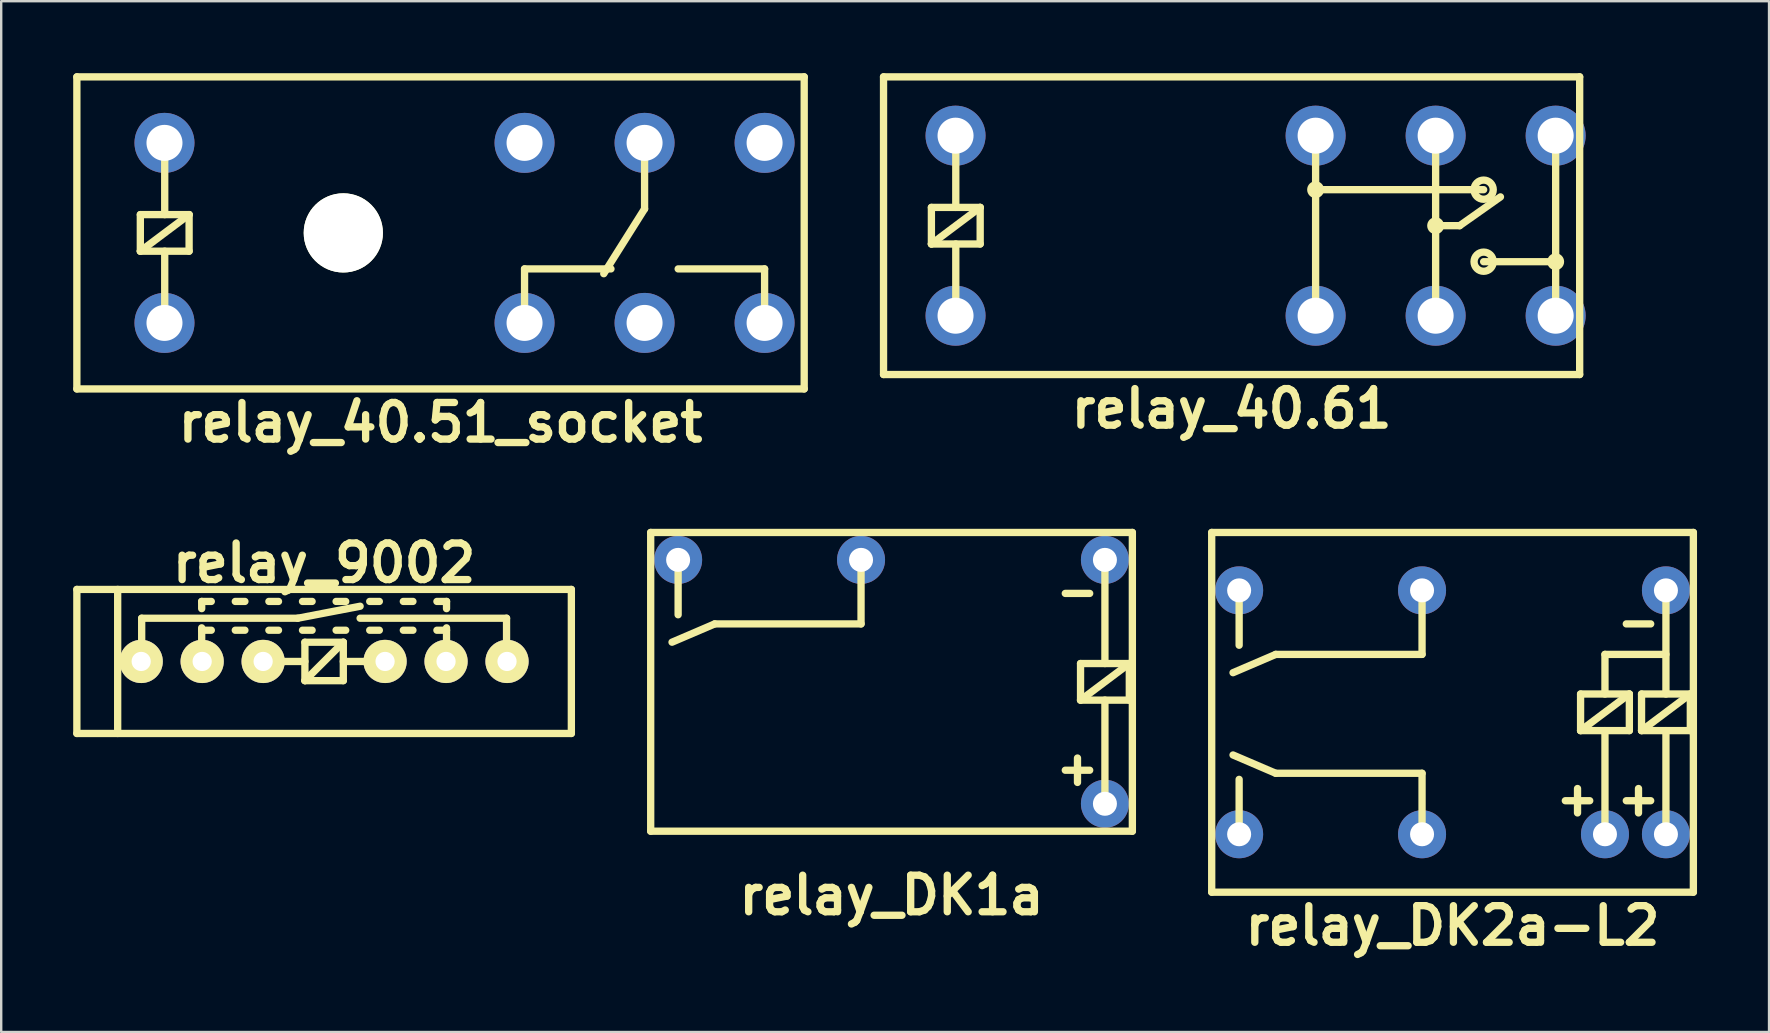
<source format=kicad_pcb>
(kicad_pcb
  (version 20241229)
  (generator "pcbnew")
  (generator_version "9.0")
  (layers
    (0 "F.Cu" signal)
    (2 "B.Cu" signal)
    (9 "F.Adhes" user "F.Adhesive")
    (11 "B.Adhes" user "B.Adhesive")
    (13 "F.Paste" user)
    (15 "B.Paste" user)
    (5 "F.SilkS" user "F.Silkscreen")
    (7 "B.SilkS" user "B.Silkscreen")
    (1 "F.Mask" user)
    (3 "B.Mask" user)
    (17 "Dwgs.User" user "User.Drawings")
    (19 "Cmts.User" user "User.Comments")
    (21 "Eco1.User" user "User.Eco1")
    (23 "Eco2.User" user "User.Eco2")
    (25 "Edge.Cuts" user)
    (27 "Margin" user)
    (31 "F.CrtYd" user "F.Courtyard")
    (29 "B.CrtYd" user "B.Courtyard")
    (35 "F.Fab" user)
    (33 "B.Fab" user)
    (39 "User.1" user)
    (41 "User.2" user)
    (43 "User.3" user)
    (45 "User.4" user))
  (footprint "relay_40.61"
    (layer "F.Cu")
    (at 48.257 6.352)
    (property "Reference" "relay_40.61" (at 0 7.62 0) (layer "F.SilkS") (effects (font (size 1.524 1.524) (thickness 0.305))))
    (attr through_hole)
    (fp_line (start -14.5 -6.2) (end -14.5 6.2) (stroke (width 0.305) (type solid)) (layer "F.SilkS"))
    (fp_line (start -14.5 -6.2) (end 14.5 -6.2) (stroke (width 0.305) (type solid)) (layer "F.SilkS"))
    (fp_line (start -14.5 6.2) (end 14.5 6.2) (stroke (width 0.305) (type solid)) (layer "F.SilkS"))
    (fp_line (start -12.506 -0.762) (end -10.474 -0.762) (stroke (width 0.305) (type solid)) (layer "F.SilkS"))
    (fp_line (start -12.506 0.762) (end -12.506 -0.762) (stroke (width 0.305) (type solid)) (layer "F.SilkS"))
    (fp_line (start -12.506 0.762) (end -10.474 -0.762) (stroke (width 0.305) (type solid)) (layer "F.SilkS"))
    (fp_line (start -11.49 -3.81) (end -11.49 -0.762) (stroke (width 0.305) (type solid)) (layer "F.SilkS"))
    (fp_line (start -11.49 3.81) (end -11.49 0.762) (stroke (width 0.305) (type solid)) (layer "F.SilkS"))
    (fp_line (start -10.474 -0.762) (end -10.474 0.762) (stroke (width 0.305) (type solid)) (layer "F.SilkS"))
    (fp_line (start -10.474 0.762) (end -12.506 0.762) (stroke (width 0.305) (type solid)) (layer "F.SilkS"))
    (fp_line (start 3.5 -3.7) (end 3.5 3.7) (stroke (width 0.305) (type solid)) (layer "F.SilkS"))
    (fp_line (start 3.5 -1.5) (end 10.5 -1.5) (stroke (width 0.305) (type solid)) (layer "F.SilkS"))
    (fp_line (start 8.5 -3.7) (end 8.5 -1.4) (stroke (width 0.305) (type solid)) (layer "F.SilkS"))
    (fp_line (start 8.5 0) (end 9.5 0) (stroke (width 0.305) (type solid)) (layer "F.SilkS"))
    (fp_line (start 8.5 3.7) (end 8.5 -1.4) (stroke (width 0.305) (type solid)) (layer "F.SilkS"))
    (fp_line (start 9.5 0) (end 11.2 -1.2) (stroke (width 0.305) (type solid)) (layer "F.SilkS"))
    (fp_line (start 10.5 1.5) (end 13.5 1.5) (stroke (width 0.305) (type solid)) (layer "F.SilkS"))
    (fp_line (start 13.5 -3.7) (end 13.5 3.7) (stroke (width 0.305) (type solid)) (layer "F.SilkS"))
    (fp_line (start 14.5 -6.2) (end 14.5 6.2) (stroke (width 0.305) (type solid)) (layer "F.SilkS"))
    (fp_circle (center 3.5 -1.5) (end 3.3 -1.5) (stroke (width 0.305) (type solid)) (fill no) (layer "F.SilkS"))
    (fp_circle (center 8.5 0) (end 8.7 0) (stroke (width 0.305) (type solid)) (fill no) (layer "F.SilkS"))
    (fp_circle (center 10.5 -1.5) (end 10.1 -1.5) (stroke (width 0.305) (type solid)) (fill no) (layer "F.SilkS"))
    (fp_circle (center 10.5 1.5) (end 10.1 1.5) (stroke (width 0.305) (type solid)) (fill no) (layer "F.SilkS"))
    (fp_circle (center 13.5 1.5) (end 13.7 1.5) (stroke (width 0.305) (type solid)) (fill no) (layer "F.SilkS"))
    (pad "1" thru_hole circle (at -11.5 3.75) (size 2.5 2.5) (drill 1.5) (layers "*.Cu" "*.Mask"))
    (pad "2" thru_hole circle (at -11.5 -3.75) (size 2.5 2.5) (drill 1.5) (layers "*.Cu" "*.Mask"))
    (pad "11" thru_hole circle (at 8.5 3.75) (size 2.5 2.5) (drill 1.5) (layers "*.Cu" "*.Mask"))
    (pad "12" thru_hole circle (at 3.5 3.75) (size 2.5 2.5) (drill 1.5) (layers "*.Cu" "*.Mask"))
    (pad "14" thru_hole circle (at 13.5 3.75) (size 2.5 2.5) (drill 1.5) (layers "*.Cu" "*.Mask"))
    (pad "21" thru_hole circle (at 8.5 -3.75) (size 2.5 2.5) (drill 1.5) (layers "*.Cu" "*.Mask"))
    (pad "22" thru_hole circle (at 3.5 -3.75) (size 2.5 2.5) (drill 1.5) (layers "*.Cu" "*.Mask"))
    (pad "24" thru_hole circle (at 13.5 -3.75) (size 2.5 2.5) (drill 1.5) (layers "*.Cu" "*.Mask")))
  (footprint "relay_DK1a"
    (layer "F.Cu")
    (at 34.09 25.354)
    (property "Reference" "relay_DK1a" (at 0 8.89 0) (layer "F.SilkS") (effects (font (size 1.524 1.524) (thickness 0.305))))
    (attr through_hole)
    (fp_line (start -10.033 6.223) (end -10.033 -6.223) (stroke (width 0.305) (type solid)) (layer "F.SilkS"))
    (fp_line (start -10.033 6.223) (end 10.033 6.223) (stroke (width 0.305) (type solid)) (layer "F.SilkS"))
    (fp_line (start -8.89 -5.08) (end -8.89 -2.794) (stroke (width 0.305) (type solid)) (layer "F.SilkS"))
    (fp_line (start -7.366 -2.413) (end -9.144 -1.651) (stroke (width 0.305) (type solid)) (layer "F.SilkS"))
    (fp_line (start -1.27 -4.953) (end -1.27 -2.413) (stroke (width 0.305) (type solid)) (layer "F.SilkS"))
    (fp_line (start -1.27 -2.413) (end -7.366 -2.413) (stroke (width 0.305) (type solid)) (layer "F.SilkS"))
    (fp_line (start 7.239 -3.683) (end 8.255 -3.683) (stroke (width 0.305) (type solid)) (layer "F.SilkS"))
    (fp_line (start 7.239 3.683) (end 8.255 3.683) (stroke (width 0.305) (type solid)) (layer "F.SilkS"))
    (fp_line (start 7.747 3.175) (end 7.747 4.191) (stroke (width 0.305) (type solid)) (layer "F.SilkS"))
    (fp_line (start 7.874 -0.762) (end 9.906 -0.762) (stroke (width 0.305) (type solid)) (layer "F.SilkS"))
    (fp_line (start 7.874 0.762) (end 7.874 -0.762) (stroke (width 0.305) (type solid)) (layer "F.SilkS"))
    (fp_line (start 8.89 -0.762) (end 8.89 -5.08) (stroke (width 0.305) (type solid)) (layer "F.SilkS"))
    (fp_line (start 8.89 5.08) (end 8.89 0.762) (stroke (width 0.305) (type solid)) (layer "F.SilkS"))
    (fp_line (start 9.906 -0.762) (end 7.874 0.762) (stroke (width 0.305) (type solid)) (layer "F.SilkS"))
    (fp_line (start 9.906 -0.762) (end 9.906 0.762) (stroke (width 0.305) (type solid)) (layer "F.SilkS"))
    (fp_line (start 9.906 0.762) (end 7.874 0.762) (stroke (width 0.305) (type solid)) (layer "F.SilkS"))
    (fp_line (start 10.033 -6.223) (end -10.033 -6.223) (stroke (width 0.305) (type solid)) (layer "F.SilkS"))
    (fp_line (start 10.033 -6.223) (end 10.033 6.223) (stroke (width 0.305) (type solid)) (layer "F.SilkS"))
    (pad "1" thru_hole circle (at 8.89 -5.08 180) (size 2 2) (drill 1) (layers "*.Cu" "*.Mask"))
    (pad "3" thru_hole circle (at -1.27 -5.08 180) (size 2 2) (drill 1) (layers "*.Cu" "*.Mask"))
    (pad "4" thru_hole circle (at -8.89 -5.08 180) (size 2 2) (drill 1) (layers "*.Cu" "*.Mask"))
    (pad "6" thru_hole circle (at 8.89 5.08 180) (size 2 2) (drill 1) (layers "*.Cu" "*.Mask")))
  (footprint "relay_DK2a-L2"
    (layer "F.Cu")
    (at 57.461 26.624)
    (property "Reference" "relay_DK2a-L2" (at 0 8.89 0) (layer "F.SilkS") (effects (font (size 1.524 1.524) (thickness 0.305))))
    (attr through_hole)
    (fp_line (start -10.033 -7.493) (end -10.033 7.493) (stroke (width 0.305) (type solid)) (layer "F.SilkS"))
    (fp_line (start -10.033 7.493) (end 10.033 7.493) (stroke (width 0.305) (type solid)) (layer "F.SilkS"))
    (fp_line (start -8.89 -5.08) (end -8.89 -2.794) (stroke (width 0.305) (type solid)) (layer "F.SilkS"))
    (fp_line (start -8.89 2.794) (end -8.89 5.08) (stroke (width 0.305) (type solid)) (layer "F.SilkS"))
    (fp_line (start -7.366 -2.413) (end -9.144 -1.651) (stroke (width 0.305) (type solid)) (layer "F.SilkS"))
    (fp_line (start -7.366 2.54) (end -9.144 1.778) (stroke (width 0.305) (type solid)) (layer "F.SilkS"))
    (fp_line (start -1.27 -4.953) (end -1.27 -2.413) (stroke (width 0.305) (type solid)) (layer "F.SilkS"))
    (fp_line (start -1.27 -2.413) (end -7.366 -2.413) (stroke (width 0.305) (type solid)) (layer "F.SilkS"))
    (fp_line (start -1.27 2.54) (end -7.366 2.54) (stroke (width 0.305) (type solid)) (layer "F.SilkS"))
    (fp_line (start -1.27 2.54) (end -1.27 5.08) (stroke (width 0.305) (type solid)) (layer "F.SilkS"))
    (fp_line (start 4.699 3.683) (end 5.715 3.683) (stroke (width 0.305) (type solid)) (layer "F.SilkS"))
    (fp_line (start 5.207 3.175) (end 5.207 4.191) (stroke (width 0.305) (type solid)) (layer "F.SilkS"))
    (fp_line (start 5.334 -0.762) (end 7.366 -0.762) (stroke (width 0.305) (type solid)) (layer "F.SilkS"))
    (fp_line (start 5.334 0.762) (end 5.334 -0.762) (stroke (width 0.305) (type solid)) (layer "F.SilkS"))
    (fp_line (start 6.35 -2.413) (end 8.89 -2.413) (stroke (width 0.305) (type solid)) (layer "F.SilkS"))
    (fp_line (start 6.35 -0.762) (end 6.35 -2.413) (stroke (width 0.305) (type solid)) (layer "F.SilkS"))
    (fp_line (start 6.35 5.08) (end 6.35 0.762) (stroke (width 0.305) (type solid)) (layer "F.SilkS"))
    (fp_line (start 7.239 -3.683) (end 8.255 -3.683) (stroke (width 0.305) (type solid)) (layer "F.SilkS"))
    (fp_line (start 7.239 3.683) (end 8.255 3.683) (stroke (width 0.305) (type solid)) (layer "F.SilkS"))
    (fp_line (start 7.366 -0.762) (end 5.334 0.762) (stroke (width 0.305) (type solid)) (layer "F.SilkS"))
    (fp_line (start 7.366 -0.762) (end 7.366 0.762) (stroke (width 0.305) (type solid)) (layer "F.SilkS"))
    (fp_line (start 7.366 0.762) (end 5.334 0.762) (stroke (width 0.305) (type solid)) (layer "F.SilkS"))
    (fp_line (start 7.747 3.175) (end 7.747 4.191) (stroke (width 0.305) (type solid)) (layer "F.SilkS"))
    (fp_line (start 7.874 -0.762) (end 9.906 -0.762) (stroke (width 0.305) (type solid)) (layer "F.SilkS"))
    (fp_line (start 7.874 0.762) (end 7.874 -0.762) (stroke (width 0.305) (type solid)) (layer "F.SilkS"))
    (fp_line (start 8.89 -0.762) (end 8.89 -5.08) (stroke (width 0.305) (type solid)) (layer "F.SilkS"))
    (fp_line (start 8.89 5.08) (end 8.89 0.762) (stroke (width 0.305) (type solid)) (layer "F.SilkS"))
    (fp_line (start 9.906 -0.762) (end 7.874 0.762) (stroke (width 0.305) (type solid)) (layer "F.SilkS"))
    (fp_line (start 9.906 -0.762) (end 9.906 0.762) (stroke (width 0.305) (type solid)) (layer "F.SilkS"))
    (fp_line (start 9.906 0.762) (end 7.874 0.762) (stroke (width 0.305) (type solid)) (layer "F.SilkS"))
    (fp_line (start 10.033 -7.493) (end -10.033 -7.493) (stroke (width 0.305) (type solid)) (layer "F.SilkS"))
    (fp_line (start 10.033 7.493) (end 10.033 -7.493) (stroke (width 0.305) (type solid)) (layer "F.SilkS"))
    (pad "1" thru_hole circle (at 8.89 -5.08 180) (size 2 2) (drill 1) (layers "*.Cu" "*.Mask"))
    (pad "3" thru_hole circle (at -1.27 -5.08 180) (size 2 2) (drill 1) (layers "*.Cu" "*.Mask"))
    (pad "4" thru_hole circle (at -8.89 -5.08 180) (size 2 2) (drill 1) (layers "*.Cu" "*.Mask"))
    (pad "5" thru_hole circle (at -8.89 5.08 180) (size 2 2) (drill 1) (layers "*.Cu" "*.Mask"))
    (pad "6" thru_hole circle (at -1.27 5.08 180) (size 2 2) (drill 1) (layers "*.Cu" "*.Mask"))
    (pad "7" thru_hole circle (at 6.35 5.08 180) (size 2 2) (drill 1) (layers "*.Cu" "*.Mask"))
    (pad "8" thru_hole circle (at 8.89 5.08 180) (size 2 2) (drill 1) (layers "*.Cu" "*.Mask")))
  (footprint "relay_40.51_socket"
    (layer "F.Cu")
    (at 15.302 6.652)
    (property "Reference" "relay_40.51_socket" (at 0 7.9 0) (layer "F.SilkS") (effects (font (size 1.524 1.524) (thickness 0.305))))
    (attr through_hole)
    (fp_line (start -15.15 -6.5) (end -15.15 6.5) (stroke (width 0.305) (type solid)) (layer "F.SilkS"))
    (fp_line (start -15.15 -6.5) (end 15.15 -6.5) (stroke (width 0.305) (type solid)) (layer "F.SilkS"))
    (fp_line (start -15.15 6.5) (end 15.15 6.5) (stroke (width 0.305) (type solid)) (layer "F.SilkS"))
    (fp_line (start -12.506 -0.762) (end -10.474 -0.762) (stroke (width 0.305) (type solid)) (layer "F.SilkS"))
    (fp_line (start -12.506 0.762) (end -12.506 -0.762) (stroke (width 0.305) (type solid)) (layer "F.SilkS"))
    (fp_line (start -12.506 0.762) (end -10.474 -0.762) (stroke (width 0.305) (type solid)) (layer "F.SilkS"))
    (fp_line (start -11.49 -3.81) (end -11.49 -0.762) (stroke (width 0.305) (type solid)) (layer "F.SilkS"))
    (fp_line (start -11.49 3.81) (end -11.49 0.762) (stroke (width 0.305) (type solid)) (layer "F.SilkS"))
    (fp_line (start -10.474 -0.762) (end -10.474 0.762) (stroke (width 0.305) (type solid)) (layer "F.SilkS"))
    (fp_line (start -10.474 0.762) (end -12.506 0.762) (stroke (width 0.305) (type solid)) (layer "F.SilkS"))
    (fp_line (start 3.5 1.5) (end 7.1 1.5) (stroke (width 0.305) (type solid)) (layer "F.SilkS"))
    (fp_line (start 3.5 3.7) (end 3.5 1.5) (stroke (width 0.305) (type solid)) (layer "F.SilkS"))
    (fp_line (start 8.5 -1) (end 6.8 1.7) (stroke (width 0.305) (type solid)) (layer "F.SilkS"))
    (fp_line (start 8.5 -1) (end 8.5 -3.8) (stroke (width 0.305) (type solid)) (layer "F.SilkS"))
    (fp_line (start 13.5 1.5) (end 9.9 1.5) (stroke (width 0.305) (type solid)) (layer "F.SilkS"))
    (fp_line (start 13.5 3.7) (end 13.5 1.5) (stroke (width 0.305) (type solid)) (layer "F.SilkS"))
    (fp_line (start 15.15 -6.5) (end 15.15 6.5) (stroke (width 0.305) (type solid)) (layer "F.SilkS"))
    (pad "" np_thru_hole circle (at -4.05 0) (size 3.3 3.3) (drill 3.3) (layers "*.Cu" "F.SilkS"))
    (pad "" thru_hole circle (at 3.5 -3.75) (size 2.5 2.5) (drill 1.5) (layers "*.Cu" "*.Mask"))
    (pad "" thru_hole circle (at 8.5 3.75) (size 2.5 2.5) (drill 1.5) (layers "*.Cu" "*.Mask"))
    (pad "" thru_hole circle (at 13.5 -3.75) (size 2.5 2.5) (drill 1.5) (layers "*.Cu" "*.Mask"))
    (pad "1" thru_hole circle (at -11.5 3.75) (size 2.5 2.5) (drill 1.5) (layers "*.Cu" "*.Mask"))
    (pad "2" thru_hole circle (at -11.5 -3.75) (size 2.5 2.5) (drill 1.5) (layers "*.Cu" "*.Mask"))
    (pad "11" thru_hole circle (at 8.5 -3.75) (size 2.5 2.5) (drill 1.5) (layers "*.Cu" "*.Mask"))
    (pad "12" thru_hole circle (at 3.5 3.75) (size 2.5 2.5) (drill 1.5) (layers "*.Cu" "*.Mask"))
    (pad "14" thru_hole circle (at 13.5 3.75) (size 2.5 2.5) (drill 1.5) (layers "*.Cu" "*.Mask")))
  (footprint "relay_9002"
    (layer "F.Cu")
    (at 10.452 24.505)
    (property "Reference" "relay_9002" (at 0 -4.1 0) (layer "F.SilkS") (effects (font (size 1.524 1.524) (thickness 0.305))))
    (attr through_hole)
    (fp_line (start -10.3 -3) (end -10.3 3) (stroke (width 0.305) (type solid)) (layer "F.SilkS"))
    (fp_line (start -10.3 -3) (end 10.3 -3) (stroke (width 0.305) (type solid)) (layer "F.SilkS"))
    (fp_line (start -10.3 3) (end 10.3 3) (stroke (width 0.305) (type solid)) (layer "F.SilkS"))
    (fp_line (start -8.6 -3) (end -8.6 3) (stroke (width 0.305) (type solid)) (layer "F.SilkS"))
    (fp_line (start -7.6 -1.8) (end -7.6 0) (stroke (width 0.305) (type solid)) (layer "F.SilkS"))
    (fp_line (start -7.6 -1.8) (end -1.1 -1.8) (stroke (width 0.305) (type solid)) (layer "F.SilkS"))
    (fp_line (start -5.1 -2.5) (end -4.7 -2.5) (stroke (width 0.305) (type solid)) (layer "F.SilkS"))
    (fp_line (start -5.1 -2.2) (end -5.1 -2.5) (stroke (width 0.305) (type solid)) (layer "F.SilkS"))
    (fp_line (start -5.1 -1.3) (end -4.7 -1.3) (stroke (width 0.305) (type solid)) (layer "F.SilkS"))
    (fp_line (start -5.1 0) (end -5.1 -1.4) (stroke (width 0.305) (type solid)) (layer "F.SilkS"))
    (fp_line (start -3.7 -2.5) (end -3.3 -2.5) (stroke (width 0.305) (type solid)) (layer "F.SilkS"))
    (fp_line (start -3.7 -1.3) (end -3.3 -1.3) (stroke (width 0.305) (type solid)) (layer "F.SilkS"))
    (fp_line (start -2.5 0) (end -0.8 0) (stroke (width 0.305) (type solid)) (layer "F.SilkS"))
    (fp_line (start -2.3 -2.5) (end -1.9 -2.5) (stroke (width 0.305) (type solid)) (layer "F.SilkS"))
    (fp_line (start -2.3 -1.3) (end -1.9 -1.3) (stroke (width 0.305) (type solid)) (layer "F.SilkS"))
    (fp_line (start -1.1 -1.8) (end 1.5 -2.3) (stroke (width 0.305) (type solid)) (layer "F.SilkS"))
    (fp_line (start -0.9 -2.5) (end -0.5 -2.5) (stroke (width 0.305) (type solid)) (layer "F.SilkS"))
    (fp_line (start -0.9 -1.3) (end -0.5 -1.3) (stroke (width 0.305) (type solid)) (layer "F.SilkS"))
    (fp_line (start -0.8 -0.8) (end 0.8 -0.8) (stroke (width 0.305) (type solid)) (layer "F.SilkS"))
    (fp_line (start -0.8 0.8) (end -0.8 -0.8) (stroke (width 0.305) (type solid)) (layer "F.SilkS"))
    (fp_line (start -0.8 0.8) (end 0.8 -0.8) (stroke (width 0.305) (type solid)) (layer "F.SilkS"))
    (fp_line (start -0.8 0.8) (end 0.8 0.8) (stroke (width 0.305) (type solid)) (layer "F.SilkS"))
    (fp_line (start 0.5 -2.5) (end 0.9 -2.5) (stroke (width 0.305) (type solid)) (layer "F.SilkS"))
    (fp_line (start 0.5 -1.3) (end 0.9 -1.3) (stroke (width 0.305) (type solid)) (layer "F.SilkS"))
    (fp_line (start 0.8 -0.8) (end 0.8 0.8) (stroke (width 0.305) (type solid)) (layer "F.SilkS"))
    (fp_line (start 0.8 0) (end 2.5 0) (stroke (width 0.305) (type solid)) (layer "F.SilkS"))
    (fp_line (start 1.5 -1.8) (end 7.6 -1.8) (stroke (width 0.305) (type solid)) (layer "F.SilkS"))
    (fp_line (start 1.9 -2.5) (end 2.3 -2.5) (stroke (width 0.305) (type solid)) (layer "F.SilkS"))
    (fp_line (start 1.9 -1.3) (end 2.3 -1.3) (stroke (width 0.305) (type solid)) (layer "F.SilkS"))
    (fp_line (start 3.3 -2.5) (end 3.7 -2.5) (stroke (width 0.305) (type solid)) (layer "F.SilkS"))
    (fp_line (start 3.3 -1.3) (end 3.7 -1.3) (stroke (width 0.305) (type solid)) (layer "F.SilkS"))
    (fp_line (start 4.7 -2.5) (end 5.1 -2.5) (stroke (width 0.305) (type solid)) (layer "F.SilkS"))
    (fp_line (start 4.7 -1.3) (end 5.1 -1.3) (stroke (width 0.305) (type solid)) (layer "F.SilkS"))
    (fp_line (start 5.1 -2.2) (end 5.1 -2.5) (stroke (width 0.305) (type solid)) (layer "F.SilkS"))
    (fp_line (start 5.1 0) (end 5.1 -1.4) (stroke (width 0.305) (type solid)) (layer "F.SilkS"))
    (fp_line (start 7.6 -1.8) (end 7.6 0) (stroke (width 0.305) (type solid)) (layer "F.SilkS"))
    (fp_line (start 10.3 -3) (end 10.3 3) (stroke (width 0.305) (type solid)) (layer "F.SilkS"))
    (pad "1" thru_hole circle (at -7.62 0) (size 1.8 1.8) (drill 0.8) (layers "*.Cu" "*.Mask" "F.SilkS"))
    (pad "2" thru_hole circle (at -5.08 0) (size 1.8 1.8) (drill 0.8) (layers "*.Cu" "*.Mask" "F.SilkS"))
    (pad "3" thru_hole circle (at -2.54 0) (size 1.8 1.8) (drill 0.8) (layers "*.Cu" "*.Mask" "F.SilkS"))
    (pad "5" thru_hole circle (at 2.54 0) (size 1.8 1.8) (drill 0.8) (layers "*.Cu" "*.Mask" "F.SilkS"))
    (pad "6" thru_hole circle (at 5.08 0) (size 1.8 1.8) (drill 0.8) (layers "*.Cu" "*.Mask" "F.SilkS"))
    (pad "7" thru_hole circle (at 7.62 0) (size 1.8 1.8) (drill 0.8) (layers "*.Cu" "*.Mask" "F.SilkS")))
  (gr_rect
    (start -3 -3)
    (end 70.646 39.941)
    (stroke (width 0.1) (type default))
    (fill no)
    (layer "Edge.Cuts")))
</source>
